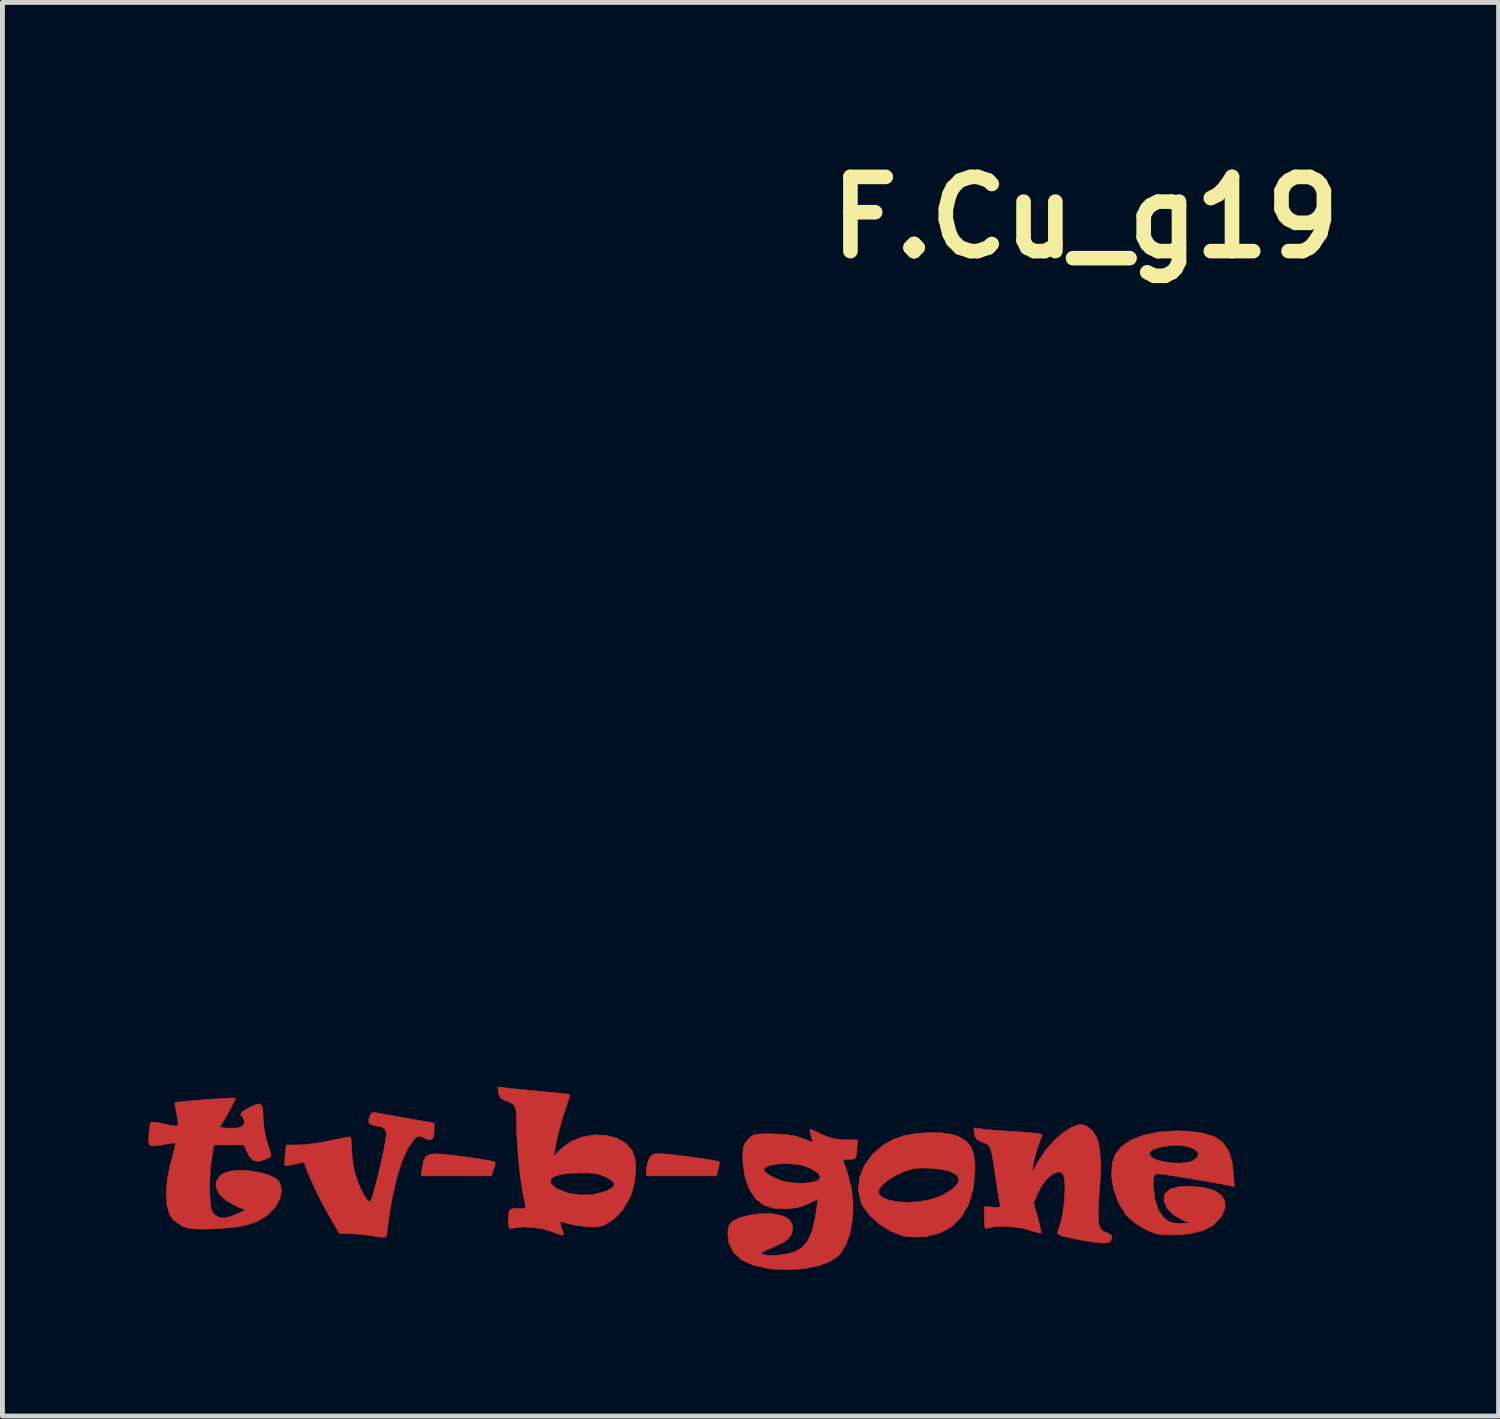
<source format=kicad_pcb>
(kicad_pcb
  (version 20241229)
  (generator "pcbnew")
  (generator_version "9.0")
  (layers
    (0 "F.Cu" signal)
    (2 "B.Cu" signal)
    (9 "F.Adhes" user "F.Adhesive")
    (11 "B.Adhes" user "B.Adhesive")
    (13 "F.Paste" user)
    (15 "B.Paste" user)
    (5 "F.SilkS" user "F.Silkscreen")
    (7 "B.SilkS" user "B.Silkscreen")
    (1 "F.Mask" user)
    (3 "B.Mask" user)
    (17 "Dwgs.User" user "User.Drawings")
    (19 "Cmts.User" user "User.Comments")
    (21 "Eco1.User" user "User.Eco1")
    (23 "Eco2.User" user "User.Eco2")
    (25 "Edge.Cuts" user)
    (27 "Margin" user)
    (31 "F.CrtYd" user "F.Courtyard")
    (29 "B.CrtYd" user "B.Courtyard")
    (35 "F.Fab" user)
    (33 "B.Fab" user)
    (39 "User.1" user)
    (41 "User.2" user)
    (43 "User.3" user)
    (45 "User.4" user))
  (footprint "F.Cu_g19"
    (layer "F.Cu")
    (at 19.244 1.418)
    (property "Reference" "F.Cu_g19" (at 0 0 0) (layer "F.SilkS") (effects (font (size 1.524 1.524) (thickness 0.3))))
    (attr through_hole)
    (fp_poly (pts (xy -13.169 19.242) (xy -12.992 19.261) (xy -12.793 19.286) (xy -12.592 19.313) (xy -12.406 19.342) (xy -12.253 19.368) (xy -12.153 19.39) (xy -12.124 19.401) (xy -12.125 19.447) (xy -12.15 19.54) (xy -12.154 19.551) (xy -12.2 19.685) (xy -13.642 19.685) (xy -13.62 19.514) (xy -13.593 19.372) (xy -13.547 19.284) (xy -13.467 19.241) (xy -13.334 19.232) (xy -13.169 19.242)) (stroke (width 0.01) (type solid)) (fill yes) (layer "F.Cu"))
    (fp_poly (pts (xy -8.65 19.234) (xy -8.557 19.242) (xy -8.391 19.26) (xy -8.2 19.283) (xy -8.002 19.31) (xy -7.816 19.338) (xy -7.661 19.363) (xy -7.554 19.384) (xy -7.516 19.397) (xy -7.519 19.442) (xy -7.54 19.535) (xy -7.543 19.547) (xy -7.58 19.685) (xy -9.017 19.685) (xy -9.017 19.546) (xy -8.996 19.416) (xy -8.949 19.31) (xy -8.909 19.261) (xy -8.86 19.235) (xy -8.781 19.227) (xy -8.65 19.234)) (stroke (width 0.01) (type solid)) (fill yes) (layer "F.Cu"))
    (fp_poly (pts (xy -2.946 18.801) (xy -2.722 18.836) (xy -2.614 18.872) (xy -2.456 18.963) (xy -2.352 19.083) (xy -2.292 19.247) (xy -2.269 19.471) (xy -2.268 19.558) (xy -2.301 19.932) (xy -2.392 20.253) (xy -2.539 20.518) (xy -2.737 20.721) (xy -2.985 20.86) (xy -3.279 20.931) (xy -3.353 20.937) (xy -3.518 20.939) (xy -3.669 20.931) (xy -3.749 20.918) (xy -3.996 20.823) (xy -4.229 20.678) (xy -4.428 20.5) (xy -4.573 20.304) (xy -4.613 20.218) (xy -4.65 20.037) (xy -4.252 20.037) (xy -4.177 20.122) (xy -4.038 20.182) (xy -3.851 20.218) (xy -3.635 20.229) (xy -3.406 20.213) (xy -3.182 20.17) (xy -2.979 20.1) (xy -2.948 20.085) (xy -2.747 19.968) (xy -2.63 19.857) (xy -2.595 19.756) (xy -2.639 19.669) (xy -2.763 19.598) (xy -2.965 19.549) (xy -3.175 19.527) (xy -3.376 19.522) (xy -3.534 19.539) (xy -3.691 19.583) (xy -3.736 19.599) (xy -3.904 19.678) (xy -4.055 19.774) (xy -4.173 19.876) (xy -4.243 19.97) (xy -4.252 20.037) (xy -4.65 20.037) (xy -4.664 19.971) (xy -4.638 19.72) (xy -4.542 19.476) (xy -4.383 19.252) (xy -4.166 19.06) (xy -3.941 18.931) (xy -3.73 18.86) (xy -3.477 18.814) (xy -3.206 18.794) (xy -2.946 18.801)) (stroke (width 0.01) (type solid)) (fill yes) (layer "F.Cu"))
    (fp_poly (pts (xy -14.568 18.388) (xy -14.485 18.403) (xy -14.338 18.43) (xy -14.148 18.464) (xy -13.935 18.502) (xy -13.917 18.505) (xy -13.377 18.599) (xy -13.377 18.759) (xy -13.39 18.889) (xy -13.436 18.944) (xy -13.524 18.932) (xy -13.582 18.905) (xy -13.672 18.867) (xy -13.73 18.878) (xy -13.79 18.935) (xy -13.922 19.126) (xy -14.042 19.395) (xy -14.148 19.737) (xy -14.24 20.145) (xy -14.287 20.426) (xy -14.314 20.61) (xy -14.335 20.765) (xy -14.348 20.87) (xy -14.351 20.902) (xy -14.363 20.934) (xy -14.409 20.947) (xy -14.505 20.94) (xy -14.666 20.915) (xy -14.69 20.911) (xy -14.854 20.889) (xy -15.038 20.875) (xy -15.099 20.873) (xy -15.319 20.87) (xy -15.465 20.627) (xy -15.6 20.39) (xy -15.737 20.128) (xy -15.862 19.868) (xy -15.96 19.643) (xy -15.978 19.596) (xy -16.051 19.402) (xy -16.238 19.445) (xy -16.353 19.467) (xy -16.429 19.473) (xy -16.443 19.47) (xy -16.448 19.421) (xy -16.444 19.317) (xy -16.437 19.251) (xy -16.414 19.05) (xy -16.176 19.049) (xy -16.025 19.04) (xy -15.826 19.016) (xy -15.614 18.981) (xy -15.536 18.965) (xy -15.361 18.929) (xy -15.217 18.901) (xy -15.125 18.884) (xy -15.102 18.881) (xy -15.085 18.919) (xy -15.074 19.019) (xy -15.071 19.126) (xy -15.059 19.313) (xy -15.028 19.519) (xy -15.005 19.623) (xy -14.954 19.783) (xy -14.889 19.941) (xy -14.82 20.077) (xy -14.755 20.175) (xy -14.704 20.217) (xy -14.691 20.215) (xy -14.666 20.166) (xy -14.629 20.05) (xy -14.583 19.886) (xy -14.533 19.689) (xy -14.483 19.478) (xy -14.436 19.269) (xy -14.397 19.079) (xy -14.37 18.926) (xy -14.358 18.826) (xy -14.359 18.806) (xy -14.382 18.727) (xy -14.444 18.685) (xy -14.531 18.666) (xy -14.656 18.64) (xy -14.713 18.606) (xy -14.721 18.544) (xy -14.707 18.48) (xy -14.673 18.398) (xy -14.61 18.381) (xy -14.568 18.388)) (stroke (width 0.01) (type solid)) (fill yes) (layer "F.Cu"))
    (fp_poly (pts (xy 2.084 18.764) (xy 2.397 18.8) (xy 2.637 18.874) (xy 2.815 18.991) (xy 2.936 19.159) (xy 3.01 19.384) (xy 3.039 19.61) (xy 3.06 19.906) (xy 2.938 19.881) (xy 2.793 19.852) (xy 2.603 19.818) (xy 2.386 19.78) (xy 2.159 19.742) (xy 1.94 19.706) (xy 1.746 19.676) (xy 1.595 19.654) (xy 1.505 19.643) (xy 1.493 19.643) (xy 1.437 19.651) (xy 1.408 19.688) (xy 1.398 19.777) (xy 1.397 19.865) (xy 1.425 20.165) (xy 1.507 20.4) (xy 1.609 20.539) (xy 1.705 20.617) (xy 1.809 20.651) (xy 1.933 20.658) (xy 2.138 20.657) (xy 1.965 20.578) (xy 1.8 20.477) (xy 1.68 20.351) (xy 1.616 20.216) (xy 1.618 20.09) (xy 1.641 20.041) (xy 1.747 19.956) (xy 1.928 19.908) (xy 2.125 19.897) (xy 2.407 19.917) (xy 2.626 19.975) (xy 2.779 20.067) (xy 2.862 20.189) (xy 2.87 20.338) (xy 2.8 20.51) (xy 2.783 20.536) (xy 2.629 20.697) (xy 2.41 20.81) (xy 2.123 20.876) (xy 1.943 20.892) (xy 1.759 20.896) (xy 1.592 20.891) (xy 1.471 20.879) (xy 1.453 20.875) (xy 1.267 20.803) (xy 1.073 20.691) (xy 0.906 20.56) (xy 0.828 20.475) (xy 0.676 20.225) (xy 0.577 19.953) (xy 0.535 19.68) (xy 0.553 19.424) (xy 0.611 19.248) (xy 0.62 19.237) (xy 1.312 19.237) (xy 1.351 19.298) (xy 1.454 19.35) (xy 1.6 19.39) (xy 1.77 19.416) (xy 1.942 19.423) (xy 2.096 19.409) (xy 2.201 19.376) (xy 2.298 19.304) (xy 2.321 19.231) (xy 2.278 19.163) (xy 2.179 19.108) (xy 2.033 19.071) (xy 1.85 19.059) (xy 1.746 19.064) (xy 1.52 19.098) (xy 1.376 19.149) (xy 1.315 19.218) (xy 1.312 19.237) (xy 0.62 19.237) (xy 0.737 19.083) (xy 0.934 18.948) (xy 1.193 18.847) (xy 1.505 18.783) (xy 1.86 18.759) (xy 2.084 18.764)) (stroke (width 0.01) (type solid)) (fill yes) (layer "F.Cu"))
    (fp_poly (pts (xy 0.037 18.665) (xy 0.149 18.763) (xy 0.235 18.899) (xy 0.272 19.019) (xy 0.296 19.193) (xy 0.31 19.343) (xy 0.315 19.494) (xy 0.31 19.67) (xy 0.296 19.895) (xy 0.285 20.033) (xy 0.267 20.311) (xy 0.262 20.517) (xy 0.275 20.662) (xy 0.306 20.758) (xy 0.359 20.817) (xy 0.435 20.851) (xy 0.445 20.853) (xy 0.527 20.894) (xy 0.542 20.969) (xy 0.542 20.971) (xy 0.519 21.026) (xy 0.46 21.057) (xy 0.356 21.065) (xy 0.197 21.051) (xy -0.029 21.014) (xy -0.161 20.989) (xy -0.358 20.948) (xy -0.483 20.917) (xy -0.551 20.888) (xy -0.573 20.859) (xy -0.568 20.834) (xy -0.511 20.661) (xy -0.465 20.446) (xy -0.434 20.215) (xy -0.419 19.992) (xy -0.423 19.801) (xy -0.449 19.667) (xy -0.449 19.667) (xy -0.506 19.606) (xy -0.593 19.608) (xy -0.698 19.664) (xy -0.808 19.767) (xy -0.909 19.906) (xy -0.97 20.025) (xy -1.062 20.239) (xy -0.979 20.544) (xy -0.94 20.692) (xy -0.915 20.804) (xy -0.908 20.86) (xy -0.909 20.862) (xy -0.953 20.857) (xy -1.052 20.83) (xy -1.149 20.799) (xy -1.312 20.758) (xy -1.506 20.733) (xy -1.702 20.723) (xy -1.873 20.73) (xy -1.992 20.755) (xy -2 20.759) (xy -2.042 20.77) (xy -2.064 20.741) (xy -2.073 20.656) (xy -2.074 20.553) (xy -2.074 20.311) (xy -1.902 20.327) (xy -1.795 20.334) (xy -1.751 20.318) (xy -1.752 20.271) (xy -1.755 20.258) (xy -1.771 20.182) (xy -1.795 20.043) (xy -1.823 19.864) (xy -1.845 19.706) (xy -1.881 19.458) (xy -1.911 19.28) (xy -1.94 19.159) (xy -1.972 19.083) (xy -2.015 19.037) (xy -2.071 19.007) (xy -2.117 18.992) (xy -2.223 18.943) (xy -2.27 18.87) (xy -2.279 18.822) (xy -2.293 18.7) (xy -2.088 18.725) (xy -1.962 18.738) (xy -1.777 18.753) (xy -1.562 18.768) (xy -1.386 18.779) (xy -1.193 18.792) (xy -1.034 18.807) (xy -0.927 18.821) (xy -0.889 18.834) (xy -0.903 18.885) (xy -0.938 18.988) (xy -0.968 19.071) (xy -1.02 19.232) (xy -1.061 19.393) (xy -1.072 19.452) (xy -1.098 19.622) (xy -0.97 19.389) (xy -0.829 19.171) (xy -0.659 18.974) (xy -0.476 18.809) (xy -0.295 18.691) (xy -0.131 18.631) (xy -0.08 18.627) (xy 0.037 18.665)) (stroke (width 0.01) (type solid)) (fill yes) (layer "F.Cu"))
    (fp_poly (pts (xy -11.867 17.881) (xy -11.743 17.895) (xy -11.561 17.913) (xy -11.344 17.933) (xy -11.134 17.952) (xy -10.932 17.971) (xy -10.763 17.988) (xy -10.644 18.003) (xy -10.591 18.012) (xy -10.59 18.013) (xy -10.596 18.057) (xy -10.625 18.157) (xy -10.661 18.259) (xy -10.747 18.516) (xy -10.827 18.812) (xy -10.891 19.1) (xy -10.897 19.133) (xy -10.924 19.28) (xy -10.76 19.121) (xy -10.565 18.977) (xy -10.338 18.885) (xy -10.096 18.842) (xy -9.855 18.85) (xy -9.633 18.906) (xy -9.446 19.01) (xy -9.311 19.162) (xy -9.303 19.177) (xy -9.247 19.352) (xy -9.233 19.574) (xy -9.26 19.817) (xy -9.325 20.055) (xy -9.372 20.165) (xy -9.507 20.384) (xy -9.672 20.561) (xy -9.851 20.683) (xy -9.978 20.727) (xy -10.115 20.734) (xy -10.298 20.723) (xy -10.493 20.695) (xy -10.662 20.657) (xy -10.726 20.635) (xy -10.772 20.626) (xy -10.785 20.657) (xy -10.764 20.741) (xy -10.721 20.86) (xy -10.715 20.896) (xy -10.743 20.904) (xy -10.819 20.884) (xy -10.957 20.832) (xy -10.979 20.823) (xy -11.156 20.772) (xy -11.364 20.742) (xy -11.567 20.735) (xy -11.732 20.753) (xy -11.758 20.761) (xy -11.814 20.773) (xy -11.842 20.75) (xy -11.852 20.673) (xy -11.853 20.577) (xy -11.848 20.447) (xy -11.82 20.378) (xy -11.75 20.353) (xy -11.618 20.356) (xy -11.592 20.358) (xy -11.517 20.358) (xy -11.495 20.326) (xy -11.513 20.238) (xy -11.516 20.227) (xy -11.551 20.064) (xy -11.586 19.839) (xy -11.594 19.778) (xy -10.993 19.778) (xy -10.97 19.854) (xy -10.868 19.939) (xy -10.852 19.949) (xy -10.63 20.037) (xy -10.371 20.077) (xy -10.105 20.067) (xy -9.866 20.006) (xy -9.824 19.988) (xy -9.707 19.918) (xy -9.671 19.855) (xy -9.717 19.79) (xy -9.829 19.72) (xy -9.944 19.668) (xy -10.066 19.638) (xy -10.224 19.624) (xy -10.372 19.622) (xy -10.625 19.633) (xy -10.816 19.665) (xy -10.94 19.714) (xy -10.993 19.778) (xy -11.594 19.778) (xy -11.62 19.575) (xy -11.648 19.295) (xy -11.67 19.022) (xy -11.682 18.778) (xy -11.684 18.669) (xy -11.686 18.469) (xy -11.696 18.335) (xy -11.722 18.252) (xy -11.772 18.199) (xy -11.853 18.162) (xy -11.917 18.14) (xy -12.016 18.083) (xy -12.056 17.987) (xy -12.058 17.977) (xy -12.071 17.856) (xy -11.867 17.881)) (stroke (width 0.01) (type solid)) (fill yes) (layer "F.Cu"))
    (fp_poly (pts (xy -5.619 18.738) (xy -5.525 18.778) (xy -5.417 18.83) (xy -5.215 18.91) (xy -5.014 18.942) (xy -4.932 18.944) (xy -4.678 18.944) (xy -4.693 19.145) (xy -4.705 19.266) (xy -4.729 19.325) (xy -4.783 19.345) (xy -4.844 19.346) (xy -4.98 19.346) (xy -4.88 19.646) (xy -4.804 19.951) (xy -4.773 20.269) (xy -4.784 20.58) (xy -4.836 20.869) (xy -4.927 21.117) (xy -5.054 21.306) (xy -5.067 21.32) (xy -5.234 21.437) (xy -5.466 21.527) (xy -5.746 21.586) (xy -6.058 21.613) (xy -6.385 21.603) (xy -6.512 21.588) (xy -6.822 21.52) (xy -7.061 21.41) (xy -7.228 21.258) (xy -7.322 21.065) (xy -7.344 20.899) (xy -7.336 20.762) (xy -7.305 20.676) (xy -7.239 20.611) (xy -7.11 20.547) (xy -6.926 20.496) (xy -6.716 20.464) (xy -6.509 20.456) (xy -6.419 20.462) (xy -6.214 20.505) (xy -6.083 20.578) (xy -6.019 20.686) (xy -6.011 20.758) (xy -6.034 20.879) (xy -6.11 20.982) (xy -6.249 21.076) (xy -6.451 21.167) (xy -6.583 21.222) (xy -6.646 21.256) (xy -6.649 21.28) (xy -6.603 21.302) (xy -6.6 21.304) (xy -6.488 21.32) (xy -6.328 21.315) (xy -6.154 21.292) (xy -5.996 21.253) (xy -5.969 21.243) (xy -5.819 21.157) (xy -5.702 21.017) (xy -5.613 20.817) (xy -5.549 20.547) (xy -5.524 20.377) (xy -5.496 20.159) (xy -5.698 20.261) (xy -5.91 20.334) (xy -6.153 20.364) (xy -6.392 20.35) (xy -6.593 20.291) (xy -6.766 20.164) (xy -6.9 19.968) (xy -6.991 19.712) (xy -7.014 19.556) (xy -6.604 19.556) (xy -6.566 19.616) (xy -6.466 19.685) (xy -6.322 19.753) (xy -6.187 19.798) (xy -6.025 19.827) (xy -5.844 19.836) (xy -5.672 19.825) (xy -5.535 19.796) (xy -5.479 19.767) (xy -5.446 19.7) (xy -5.498 19.624) (xy -5.633 19.539) (xy -5.694 19.51) (xy -5.835 19.465) (xy -6.005 19.44) (xy -6.183 19.433) (xy -6.352 19.444) (xy -6.491 19.471) (xy -6.581 19.513) (xy -6.604 19.556) (xy -7.014 19.556) (xy -7.035 19.406) (xy -7.039 19.246) (xy -7.026 19.098) (xy -6.982 18.995) (xy -6.925 18.929) (xy -6.867 18.876) (xy -6.806 18.843) (xy -6.723 18.827) (xy -6.595 18.821) (xy -6.423 18.822) (xy -6.162 18.834) (xy -5.959 18.866) (xy -5.815 18.911) (xy -5.597 18.996) (xy -5.634 18.867) (xy -5.657 18.775) (xy -5.66 18.727) (xy -5.66 18.727) (xy -5.619 18.738)) (stroke (width 0.01) (type solid)) (fill yes) (layer "F.Cu"))
    (fp_poly (pts (xy -17.461 18.086) (xy -17.459 18.087) (xy -17.47 18.13) (xy -17.516 18.226) (xy -17.587 18.358) (xy -17.611 18.398) (xy -17.781 18.69) (xy -17.626 18.704) (xy -17.44 18.704) (xy -17.32 18.668) (xy -17.273 18.597) (xy -17.272 18.586) (xy -17.292 18.505) (xy -17.314 18.479) (xy -17.354 18.428) (xy -17.319 18.369) (xy -17.204 18.297) (xy -17.189 18.289) (xy -17.043 18.221) (xy -16.954 18.206) (xy -16.909 18.254) (xy -16.893 18.372) (xy -16.891 18.472) (xy -16.873 18.696) (xy -16.827 18.926) (xy -16.807 18.991) (xy -16.757 19.142) (xy -16.733 19.232) (xy -16.737 19.282) (xy -16.769 19.311) (xy -16.829 19.34) (xy -16.982 19.389) (xy -17.093 19.371) (xy -17.177 19.28) (xy -17.209 19.219) (xy -17.285 19.05) (xy -17.899 19.05) (xy -17.95 19.348) (xy -17.972 19.538) (xy -17.985 19.767) (xy -17.986 19.992) (xy -17.985 20.029) (xy -17.976 20.216) (xy -17.962 20.338) (xy -17.938 20.415) (xy -17.9 20.467) (xy -17.871 20.493) (xy -17.779 20.543) (xy -17.669 20.548) (xy -17.522 20.505) (xy -17.401 20.454) (xy -17.256 20.387) (xy -17.47 20.293) (xy -17.66 20.185) (xy -17.79 20.059) (xy -17.856 19.926) (xy -17.853 19.798) (xy -17.779 19.686) (xy -17.695 19.629) (xy -17.549 19.584) (xy -17.361 19.569) (xy -17.153 19.581) (xy -16.946 19.617) (xy -16.761 19.672) (xy -16.62 19.743) (xy -16.551 19.814) (xy -16.51 19.975) (xy -16.542 20.152) (xy -16.639 20.328) (xy -16.796 20.488) (xy -16.813 20.501) (xy -16.985 20.607) (xy -17.186 20.684) (xy -17.431 20.735) (xy -17.738 20.765) (xy -17.886 20.772) (xy -18.113 20.778) (xy -18.275 20.776) (xy -18.393 20.765) (xy -18.485 20.742) (xy -18.566 20.708) (xy -18.734 20.589) (xy -18.81 20.478) (xy -18.864 20.287) (xy -18.88 20.041) (xy -18.858 19.758) (xy -18.799 19.458) (xy -18.778 19.383) (xy -18.734 19.223) (xy -18.703 19.096) (xy -18.691 19.023) (xy -18.692 19.012) (xy -18.74 19.011) (xy -18.844 19.025) (xy -18.951 19.044) (xy -19.097 19.069) (xy -19.181 19.069) (xy -19.224 19.044) (xy -19.227 19.04) (xy -19.239 18.974) (xy -19.239 18.859) (xy -19.228 18.731) (xy -19.209 18.623) (xy -19.195 18.581) (xy -19.15 18.577) (xy -19.046 18.592) (xy -18.924 18.618) (xy -18.786 18.648) (xy -18.684 18.661) (xy -18.643 18.657) (xy -18.637 18.605) (xy -18.649 18.499) (xy -18.666 18.412) (xy -18.69 18.287) (xy -18.702 18.202) (xy -18.702 18.181) (xy -18.655 18.171) (xy -18.543 18.158) (xy -18.383 18.143) (xy -18.195 18.128) (xy -17.996 18.113) (xy -17.804 18.099) (xy -17.639 18.09) (xy -17.519 18.085) (xy -17.461 18.086)) (stroke (width 0.01) (type solid)) (fill yes) (layer "F.Cu")))
  (gr_rect
    (start -3 -3)
    (end 27.731 26.036)
    (stroke (width 0.1) (type default))
    (fill no)
    (layer "Edge.Cuts")))
</source>
